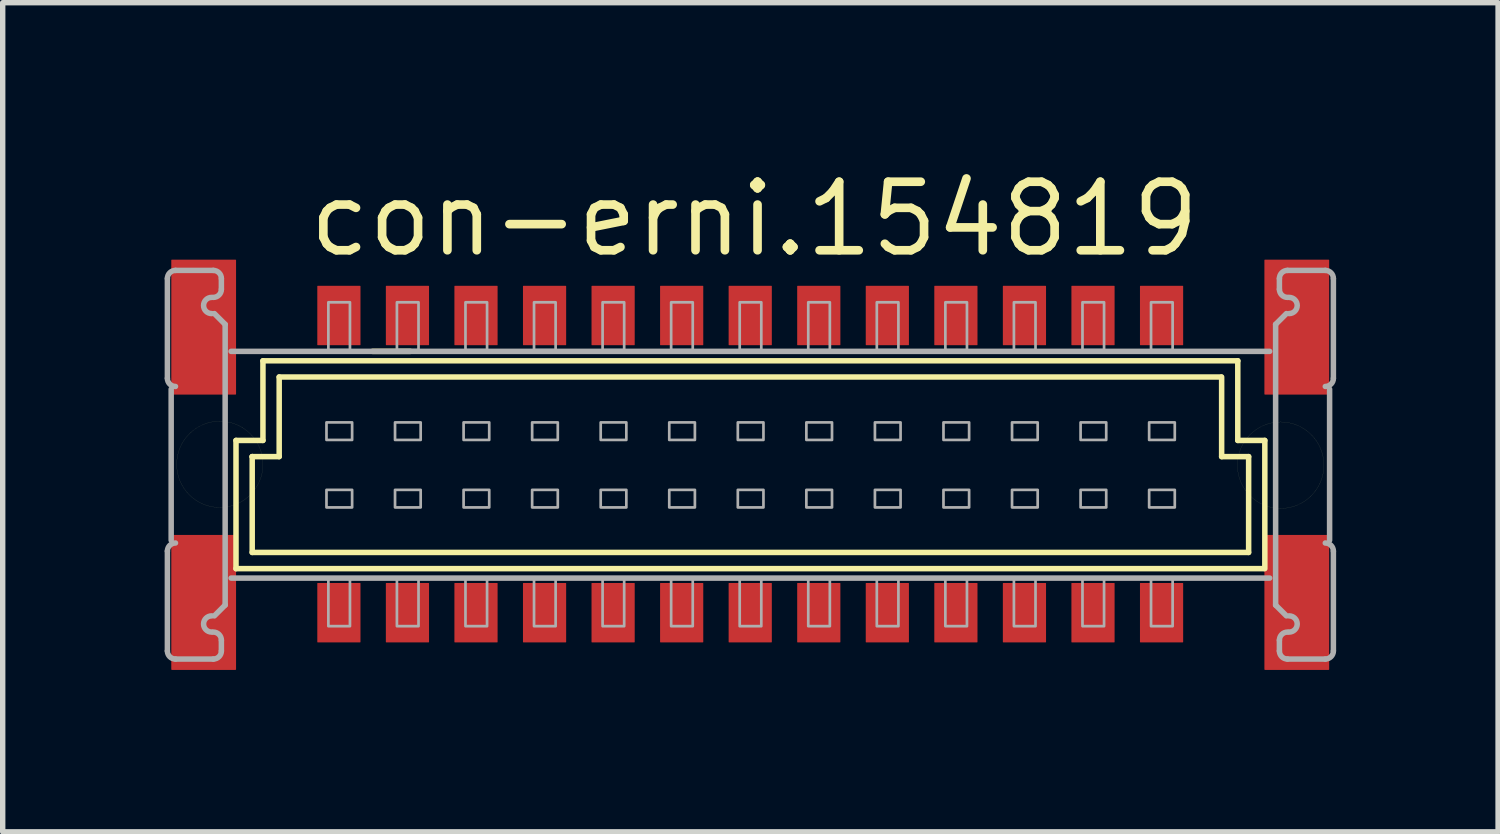
<source format=kicad_pcb>
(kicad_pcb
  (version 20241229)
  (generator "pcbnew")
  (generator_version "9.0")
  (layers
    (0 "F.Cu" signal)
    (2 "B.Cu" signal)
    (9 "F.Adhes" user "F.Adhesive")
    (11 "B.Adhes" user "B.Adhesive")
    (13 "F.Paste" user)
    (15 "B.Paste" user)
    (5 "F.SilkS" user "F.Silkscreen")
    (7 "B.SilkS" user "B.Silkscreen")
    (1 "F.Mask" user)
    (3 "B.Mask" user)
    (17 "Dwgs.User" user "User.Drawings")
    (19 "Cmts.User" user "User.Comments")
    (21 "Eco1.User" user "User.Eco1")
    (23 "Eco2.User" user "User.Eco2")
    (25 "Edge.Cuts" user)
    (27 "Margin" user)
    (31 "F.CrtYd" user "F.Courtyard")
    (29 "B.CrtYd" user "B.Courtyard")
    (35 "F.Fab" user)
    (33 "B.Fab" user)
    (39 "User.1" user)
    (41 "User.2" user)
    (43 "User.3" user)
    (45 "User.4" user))
  (footprint "con-erni.154819"
    (layer "F.Cu")
    (at 10.848 5.56)
    (property "Reference" "con-erni.154819" (at -8.255 -3.81 0) (layer "F.SilkS") (effects (font (size 1.27 1.27) (thickness 0.16)) (justify left bottom)))
    (attr smd)
    (fp_line (start -9.526 1.924) (end -9.526 -0.451) (stroke (width 0.102) (type default)) (layer "F.SilkS"))
    (fp_line (start -9.226 -0.151) (end -9.227 -0.151) (stroke (width 0.102) (type default)) (layer "F.SilkS"))
    (fp_line (start -9.226 1.624) (end -9.226 -0.151) (stroke (width 0.102) (type default)) (layer "F.SilkS"))
    (fp_line (start -9.226 1.624) (end 9.232 1.624) (stroke (width 0.102) (type default)) (layer "F.SilkS"))
    (fp_line (start -9.027 -1.926) (end -9.027 -0.451) (stroke (width 0.102) (type default)) (layer "F.SilkS"))
    (fp_line (start -9.027 -0.451) (end -9.526 -0.451) (stroke (width 0.102) (type default)) (layer "F.SilkS"))
    (fp_line (start -8.727 -0.151) (end -9.226 -0.151) (stroke (width 0.102) (type default)) (layer "F.SilkS"))
    (fp_line (start -8.726 -0.151) (end -8.726 -1.626) (stroke (width 0.102) (type default)) (layer "F.SilkS"))
    (fp_line (start -6.997 -2.101) (end -6.297 -2.101) (stroke (width 0.102) (type default)) (layer "F.SilkS"))
    (fp_line (start 8.723 -1.626) (end -8.726 -1.626) (stroke (width 0.102) (type default)) (layer "F.SilkS"))
    (fp_line (start 8.733 -0.151) (end 8.733 -1.626) (stroke (width 0.102) (type default)) (layer "F.SilkS"))
    (fp_line (start 9.032 -0.451) (end 9.032 -1.926) (stroke (width 0.102) (type default)) (layer "F.SilkS"))
    (fp_line (start 9.032 -0.451) (end 9.532 -0.451) (stroke (width 0.102) (type default)) (layer "F.SilkS"))
    (fp_line (start 9.033 -1.926) (end -9.027 -1.926) (stroke (width 0.102) (type default)) (layer "F.SilkS"))
    (fp_line (start 9.233 -0.151) (end 8.733 -0.151) (stroke (width 0.102) (type default)) (layer "F.SilkS"))
    (fp_line (start 9.233 1.624) (end 9.233 -0.151) (stroke (width 0.102) (type default)) (layer "F.SilkS"))
    (fp_line (start 9.513 1.924) (end -9.526 1.924) (stroke (width 0.102) (type default)) (layer "F.SilkS"))
    (fp_line (start 9.533 1.924) (end 9.533 -0.451) (stroke (width 0.102) (type default)) (layer "F.SilkS"))
    (fp_circle (center -9.826 -0.008) (end -9.027 -0.008) (stroke (width 0.001) (type default)) (fill no) (layer "F.SilkS"))
    (fp_circle (center 9.826 0.008) (end 10.627 0.008) (stroke (width 0.001) (type default)) (fill no) (layer "F.SilkS"))
    (fp_line (start -10.797 -1.601) (end -10.797 -3.451) (stroke (width 0.102) (type default)) (layer "F.Fab"))
    (fp_line (start -10.797 3.449) (end -10.797 1.599) (stroke (width 0.102) (type default)) (layer "F.Fab"))
    (fp_line (start -10.727 -1.401) (end -10.727 1.399) (stroke (width 0.102) (type default)) (layer "F.Fab"))
    (fp_line (start -10.647 -3.601) (end -9.947 -3.601) (stroke (width 0.102) (type default)) (layer "F.Fab"))
    (fp_line (start -9.947 3.599) (end -10.647 3.599) (stroke (width 0.102) (type default)) (layer "F.Fab"))
    (fp_line (start -9.927 -2.801) (end -9.727 -2.601) (stroke (width 0.102) (type default)) (layer "F.Fab"))
    (fp_line (start -9.797 -3.451) (end -9.797 -3.251) (stroke (width 0.102) (type default)) (layer "F.Fab"))
    (fp_line (start -9.797 3.249) (end -9.797 3.449) (stroke (width 0.102) (type default)) (layer "F.Fab"))
    (fp_line (start -9.727 -2.601) (end -9.727 2.599) (stroke (width 0.102) (type default)) (layer "F.Fab"))
    (fp_line (start -9.727 2.599) (end -9.927 2.799) (stroke (width 0.102) (type default)) (layer "F.Fab"))
    (fp_line (start 9.623 -2.101) (end -9.617 -2.101) (stroke (width 0.102) (type default)) (layer "F.Fab"))
    (fp_line (start 9.623 2.099) (end -9.617 2.099) (stroke (width 0.102) (type default)) (layer "F.Fab"))
    (fp_line (start 9.733 -2.601) (end 9.733 2.599) (stroke (width 0.102) (type default)) (layer "F.Fab"))
    (fp_line (start 9.733 2.599) (end 9.933 2.799) (stroke (width 0.102) (type default)) (layer "F.Fab"))
    (fp_line (start 9.803 -3.451) (end 9.803 -3.251) (stroke (width 0.102) (type default)) (layer "F.Fab"))
    (fp_line (start 9.803 3.249) (end 9.803 3.449) (stroke (width 0.102) (type default)) (layer "F.Fab"))
    (fp_line (start 9.933 -2.801) (end 9.733 -2.601) (stroke (width 0.102) (type default)) (layer "F.Fab"))
    (fp_line (start 9.953 3.599) (end 10.653 3.599) (stroke (width 0.102) (type default)) (layer "F.Fab"))
    (fp_line (start 10.653 -3.601) (end 9.953 -3.601) (stroke (width 0.102) (type default)) (layer "F.Fab"))
    (fp_line (start 10.733 -1.401) (end 10.733 1.399) (stroke (width 0.102) (type default)) (layer "F.Fab"))
    (fp_line (start 10.803 -1.601) (end 10.803 -3.451) (stroke (width 0.102) (type default)) (layer "F.Fab"))
    (fp_line (start 10.803 3.449) (end 10.803 1.599) (stroke (width 0.102) (type default)) (layer "F.Fab"))
    (fp_rect (start -7.85 -0.46) (end -7.375 -0.785) (stroke (width 0.05) (type default)) (fill no) (layer "F.Fab"))
    (fp_rect (start -7.85 0.79) (end -7.375 0.465) (stroke (width 0.05) (type default)) (fill no) (layer "F.Fab"))
    (fp_rect (start -7.815 -2.125) (end -7.415 -3.01) (stroke (width 0.05) (type default)) (fill no) (layer "F.Fab"))
    (fp_rect (start -7.815 2.99) (end -7.415 2.1) (stroke (width 0.05) (type default)) (fill no) (layer "F.Fab"))
    (fp_rect (start -6.58 -0.46) (end -6.105 -0.785) (stroke (width 0.05) (type default)) (fill no) (layer "F.Fab"))
    (fp_rect (start -6.58 0.79) (end -6.105 0.465) (stroke (width 0.05) (type default)) (fill no) (layer "F.Fab"))
    (fp_rect (start -6.545 -2.125) (end -6.145 -3.01) (stroke (width 0.05) (type default)) (fill no) (layer "F.Fab"))
    (fp_rect (start -6.545 2.99) (end -6.145 2.1) (stroke (width 0.05) (type default)) (fill no) (layer "F.Fab"))
    (fp_rect (start -5.31 -0.46) (end -4.835 -0.785) (stroke (width 0.05) (type default)) (fill no) (layer "F.Fab"))
    (fp_rect (start -5.31 0.79) (end -4.835 0.465) (stroke (width 0.05) (type default)) (fill no) (layer "F.Fab"))
    (fp_rect (start -5.275 -2.125) (end -4.875 -3.01) (stroke (width 0.05) (type default)) (fill no) (layer "F.Fab"))
    (fp_rect (start -5.275 2.99) (end -4.875 2.1) (stroke (width 0.05) (type default)) (fill no) (layer "F.Fab"))
    (fp_rect (start -4.04 -0.46) (end -3.565 -0.785) (stroke (width 0.05) (type default)) (fill no) (layer "F.Fab"))
    (fp_rect (start -4.04 0.79) (end -3.565 0.465) (stroke (width 0.05) (type default)) (fill no) (layer "F.Fab"))
    (fp_rect (start -4.005 -2.125) (end -3.605 -3.01) (stroke (width 0.05) (type default)) (fill no) (layer "F.Fab"))
    (fp_rect (start -4.005 2.99) (end -3.605 2.1) (stroke (width 0.05) (type default)) (fill no) (layer "F.Fab"))
    (fp_rect (start -2.77 -0.46) (end -2.295 -0.785) (stroke (width 0.05) (type default)) (fill no) (layer "F.Fab"))
    (fp_rect (start -2.77 0.79) (end -2.295 0.465) (stroke (width 0.05) (type default)) (fill no) (layer "F.Fab"))
    (fp_rect (start -2.735 -2.125) (end -2.335 -3.01) (stroke (width 0.05) (type default)) (fill no) (layer "F.Fab"))
    (fp_rect (start -2.735 2.99) (end -2.335 2.1) (stroke (width 0.05) (type default)) (fill no) (layer "F.Fab"))
    (fp_rect (start -1.5 -0.46) (end -1.025 -0.785) (stroke (width 0.05) (type default)) (fill no) (layer "F.Fab"))
    (fp_rect (start -1.5 0.79) (end -1.025 0.465) (stroke (width 0.05) (type default)) (fill no) (layer "F.Fab"))
    (fp_rect (start -1.465 -2.125) (end -1.065 -3.01) (stroke (width 0.05) (type default)) (fill no) (layer "F.Fab"))
    (fp_rect (start -1.465 2.99) (end -1.065 2.1) (stroke (width 0.05) (type default)) (fill no) (layer "F.Fab"))
    (fp_rect (start -0.23 -0.46) (end 0.245 -0.785) (stroke (width 0.05) (type default)) (fill no) (layer "F.Fab"))
    (fp_rect (start -0.23 0.79) (end 0.245 0.465) (stroke (width 0.05) (type default)) (fill no) (layer "F.Fab"))
    (fp_rect (start -0.195 -2.125) (end 0.205 -3.01) (stroke (width 0.05) (type default)) (fill no) (layer "F.Fab"))
    (fp_rect (start -0.195 2.99) (end 0.205 2.1) (stroke (width 0.05) (type default)) (fill no) (layer "F.Fab"))
    (fp_rect (start 1.04 -0.46) (end 1.515 -0.785) (stroke (width 0.05) (type default)) (fill no) (layer "F.Fab"))
    (fp_rect (start 1.04 0.79) (end 1.515 0.465) (stroke (width 0.05) (type default)) (fill no) (layer "F.Fab"))
    (fp_rect (start 1.075 -2.125) (end 1.475 -3.01) (stroke (width 0.05) (type default)) (fill no) (layer "F.Fab"))
    (fp_rect (start 1.075 2.99) (end 1.475 2.1) (stroke (width 0.05) (type default)) (fill no) (layer "F.Fab"))
    (fp_rect (start 2.31 -0.46) (end 2.785 -0.785) (stroke (width 0.05) (type default)) (fill no) (layer "F.Fab"))
    (fp_rect (start 2.31 0.79) (end 2.785 0.465) (stroke (width 0.05) (type default)) (fill no) (layer "F.Fab"))
    (fp_rect (start 2.345 -2.125) (end 2.745 -3.01) (stroke (width 0.05) (type default)) (fill no) (layer "F.Fab"))
    (fp_rect (start 2.345 2.99) (end 2.745 2.1) (stroke (width 0.05) (type default)) (fill no) (layer "F.Fab"))
    (fp_rect (start 3.58 -0.46) (end 4.055 -0.785) (stroke (width 0.05) (type default)) (fill no) (layer "F.Fab"))
    (fp_rect (start 3.58 0.79) (end 4.055 0.465) (stroke (width 0.05) (type default)) (fill no) (layer "F.Fab"))
    (fp_rect (start 3.615 -2.125) (end 4.015 -3.01) (stroke (width 0.05) (type default)) (fill no) (layer "F.Fab"))
    (fp_rect (start 3.615 2.99) (end 4.015 2.1) (stroke (width 0.05) (type default)) (fill no) (layer "F.Fab"))
    (fp_rect (start 4.85 -0.46) (end 5.325 -0.785) (stroke (width 0.05) (type default)) (fill no) (layer "F.Fab"))
    (fp_rect (start 4.85 0.79) (end 5.325 0.465) (stroke (width 0.05) (type default)) (fill no) (layer "F.Fab"))
    (fp_rect (start 4.885 -2.125) (end 5.285 -3.01) (stroke (width 0.05) (type default)) (fill no) (layer "F.Fab"))
    (fp_rect (start 4.885 2.99) (end 5.285 2.1) (stroke (width 0.05) (type default)) (fill no) (layer "F.Fab"))
    (fp_rect (start 6.12 -0.46) (end 6.595 -0.785) (stroke (width 0.05) (type default)) (fill no) (layer "F.Fab"))
    (fp_rect (start 6.12 0.79) (end 6.595 0.465) (stroke (width 0.05) (type default)) (fill no) (layer "F.Fab"))
    (fp_rect (start 6.155 -2.125) (end 6.555 -3.01) (stroke (width 0.05) (type default)) (fill no) (layer "F.Fab"))
    (fp_rect (start 6.155 2.99) (end 6.555 2.1) (stroke (width 0.05) (type default)) (fill no) (layer "F.Fab"))
    (fp_rect (start 7.39 -0.46) (end 7.865 -0.785) (stroke (width 0.05) (type default)) (fill no) (layer "F.Fab"))
    (fp_rect (start 7.39 0.79) (end 7.865 0.465) (stroke (width 0.05) (type default)) (fill no) (layer "F.Fab"))
    (fp_rect (start 7.425 -2.125) (end 7.825 -3.01) (stroke (width 0.05) (type default)) (fill no) (layer "F.Fab"))
    (fp_rect (start 7.425 2.99) (end 7.825 2.1) (stroke (width 0.05) (type default)) (fill no) (layer "F.Fab"))
    (fp_arc (start -10.7969 -3.4508) (mid -10.752966 -3.556866) (end -10.6469 -3.6008) (stroke (width 0.1016) (type default)) (layer "F.Fab"))
    (fp_arc (start -10.7969 1.5992) (mid -10.752966 1.493134) (end -10.6469 1.4492) (stroke (width 0.1016) (type default)) (layer "F.Fab"))
    (fp_arc (start -10.6469 -1.4508) (mid -10.752966 -1.494734) (end -10.7969 -1.6008) (stroke (width 0.1016) (type default)) (layer "F.Fab"))
    (fp_arc (start -10.6469 3.5992) (mid -10.752966 3.555266) (end -10.7969 3.4492) (stroke (width 0.1016) (type default)) (layer "F.Fab"))
    (fp_arc (start -9.9769 -2.8008) (mid -10.1269 -2.9508) (end -9.9769 -3.1008) (stroke (width 0.1016) (type default)) (layer "F.Fab"))
    (fp_arc (start -9.9769 3.0992) (mid -10.1269 2.9492) (end -9.9769 2.7992) (stroke (width 0.1016) (type default)) (layer "F.Fab"))
    (fp_arc (start -9.9469 -3.6008) (mid -9.840834 -3.556866) (end -9.7969 -3.4508) (stroke (width 0.1016) (type default)) (layer "F.Fab"))
    (fp_arc (start -9.9469 3.0992) (mid -9.840834 3.143134) (end -9.7969 3.2492) (stroke (width 0.1016) (type default)) (layer "F.Fab"))
    (fp_arc (start -9.7969 -3.2508) (mid -9.840834 -3.144734) (end -9.9469 -3.1008) (stroke (width 0.1016) (type default)) (layer "F.Fab"))
    (fp_arc (start -9.7969 3.4492) (mid -9.840834 3.555266) (end -9.9469 3.5992) (stroke (width 0.1016) (type default)) (layer "F.Fab"))
    (fp_arc (start 9.8031 -3.4508) (mid 9.847034 -3.556866) (end 9.9531 -3.6008) (stroke (width 0.1016) (type default)) (layer "F.Fab"))
    (fp_arc (start 9.8031 3.2492) (mid 9.847034 3.143134) (end 9.9531 3.0992) (stroke (width 0.1016) (type default)) (layer "F.Fab"))
    (fp_arc (start 9.9531 -3.1008) (mid 9.847034 -3.144734) (end 9.8031 -3.2508) (stroke (width 0.1016) (type default)) (layer "F.Fab"))
    (fp_arc (start 9.9531 3.5992) (mid 9.847034 3.555266) (end 9.8031 3.4492) (stroke (width 0.1016) (type default)) (layer "F.Fab"))
    (fp_arc (start 9.9831 -3.1008) (mid 10.1331 -2.9508) (end 9.9831 -2.8008) (stroke (width 0.1016) (type default)) (layer "F.Fab"))
    (fp_arc (start 9.9831 2.7992) (mid 10.1331 2.9492) (end 9.9831 3.0992) (stroke (width 0.1016) (type default)) (layer "F.Fab"))
    (fp_arc (start 10.6531 -3.6008) (mid 10.759166 -3.556866) (end 10.8031 -3.4508) (stroke (width 0.1016) (type default)) (layer "F.Fab"))
    (fp_arc (start 10.6531 1.4492) (mid 10.759166 1.493134) (end 10.8031 1.5992) (stroke (width 0.1016) (type default)) (layer "F.Fab"))
    (fp_arc (start 10.8031 -1.6008) (mid 10.759166 -1.494734) (end 10.6531 -1.4508) (stroke (width 0.1016) (type default)) (layer "F.Fab"))
    (fp_arc (start 10.8031 3.4492) (mid 10.759166 3.555266) (end 10.6531 3.5992) (stroke (width 0.1016) (type default)) (layer "F.Fab"))
    (pad "A1" smd roundrect (at -7.62 -2.765 180) (size 0.8 1.1) (layers "F.Cu" "F.Mask" "F.Paste") (roundrect_rratio 0.01))
    (pad "A2" smd roundrect (at -6.35 -2.765 180) (size 0.8 1.1) (layers "F.Cu" "F.Mask" "F.Paste") (roundrect_rratio 0.01))
    (pad "A3" smd roundrect (at -5.08 -2.765 180) (size 0.8 1.1) (layers "F.Cu" "F.Mask" "F.Paste") (roundrect_rratio 0.01))
    (pad "A4" smd roundrect (at -3.81 -2.765 180) (size 0.8 1.1) (layers "F.Cu" "F.Mask" "F.Paste") (roundrect_rratio 0.01))
    (pad "A5" smd roundrect (at -2.54 -2.765 180) (size 0.8 1.1) (layers "F.Cu" "F.Mask" "F.Paste") (roundrect_rratio 0.01))
    (pad "A6" smd roundrect (at -1.27 -2.765 180) (size 0.8 1.1) (layers "F.Cu" "F.Mask" "F.Paste") (roundrect_rratio 0.01))
    (pad "A7" smd roundrect (at 0 -2.765 180) (size 0.8 1.1) (layers "F.Cu" "F.Mask" "F.Paste") (roundrect_rratio 0.01))
    (pad "A8" smd roundrect (at 1.27 -2.765 180) (size 0.8 1.1) (layers "F.Cu" "F.Mask" "F.Paste") (roundrect_rratio 0.01))
    (pad "A9" smd roundrect (at 2.54 -2.765 180) (size 0.8 1.1) (layers "F.Cu" "F.Mask" "F.Paste") (roundrect_rratio 0.01))
    (pad "A10" smd roundrect (at 3.81 -2.765 180) (size 0.8 1.1) (layers "F.Cu" "F.Mask" "F.Paste") (roundrect_rratio 0.01))
    (pad "A11" smd roundrect (at 5.08 -2.765 180) (size 0.8 1.1) (layers "F.Cu" "F.Mask" "F.Paste") (roundrect_rratio 0.01))
    (pad "A12" smd roundrect (at 6.35 -2.765 180) (size 0.8 1.1) (layers "F.Cu" "F.Mask" "F.Paste") (roundrect_rratio 0.01))
    (pad "A13" smd roundrect (at 7.62 -2.765 180) (size 0.8 1.1) (layers "F.Cu" "F.Mask" "F.Paste") (roundrect_rratio 0.01))
    (pad "B1" smd roundrect (at -7.62 2.74 180) (size 0.8 1.1) (layers "F.Cu" "F.Mask" "F.Paste") (roundrect_rratio 0.01))
    (pad "B2" smd roundrect (at -6.35 2.74 180) (size 0.8 1.1) (layers "F.Cu" "F.Mask" "F.Paste") (roundrect_rratio 0.01))
    (pad "B3" smd roundrect (at -5.08 2.74 180) (size 0.8 1.1) (layers "F.Cu" "F.Mask" "F.Paste") (roundrect_rratio 0.01))
    (pad "B4" smd roundrect (at -3.81 2.74 180) (size 0.8 1.1) (layers "F.Cu" "F.Mask" "F.Paste") (roundrect_rratio 0.01))
    (pad "B5" smd roundrect (at -2.54 2.74 180) (size 0.8 1.1) (layers "F.Cu" "F.Mask" "F.Paste") (roundrect_rratio 0.01))
    (pad "B6" smd roundrect (at -1.27 2.74 180) (size 0.8 1.1) (layers "F.Cu" "F.Mask" "F.Paste") (roundrect_rratio 0.01))
    (pad "B7" smd roundrect (at 0 2.74 180) (size 0.8 1.1) (layers "F.Cu" "F.Mask" "F.Paste") (roundrect_rratio 0.01))
    (pad "B8" smd roundrect (at 1.27 2.74 180) (size 0.8 1.1) (layers "F.Cu" "F.Mask" "F.Paste") (roundrect_rratio 0.01))
    (pad "B9" smd roundrect (at 2.54 2.74 180) (size 0.8 1.1) (layers "F.Cu" "F.Mask" "F.Paste") (roundrect_rratio 0.01))
    (pad "B10" smd roundrect (at 3.81 2.74 180) (size 0.8 1.1) (layers "F.Cu" "F.Mask" "F.Paste") (roundrect_rratio 0.01))
    (pad "B11" smd roundrect (at 5.08 2.74 180) (size 0.8 1.1) (layers "F.Cu" "F.Mask" "F.Paste") (roundrect_rratio 0.01))
    (pad "B12" smd roundrect (at 6.35 2.74 180) (size 0.8 1.1) (layers "F.Cu" "F.Mask" "F.Paste") (roundrect_rratio 0.01))
    (pad "B13" smd roundrect (at 7.62 2.74 180) (size 0.8 1.1) (layers "F.Cu" "F.Mask" "F.Paste") (roundrect_rratio 0.01))
    (pad "M1" smd roundrect (at -10.125 -2.55 180) (size 1.2 2.5) (layers "F.Cu" "F.Mask" "F.Paste") (roundrect_rratio 0.01))
    (pad "M2" smd roundrect (at -10.125 2.55 180) (size 1.2 2.5) (layers "F.Cu" "F.Mask" "F.Paste") (roundrect_rratio 0.01))
    (pad "M3" smd roundrect (at 10.125 2.55) (size 1.2 2.5) (layers "F.Cu" "F.Mask" "F.Paste") (roundrect_rratio 0.01))
    (pad "M4" smd roundrect (at 10.125 -2.55) (size 1.2 2.5) (layers "F.Cu" "F.Mask" "F.Paste") (roundrect_rratio 0.01)))
  (gr_rect
    (start -3 -3)
    (end 24.702 12.36)
    (stroke (width 0.1) (type default))
    (fill no)
    (layer "Edge.Cuts")))
</source>
